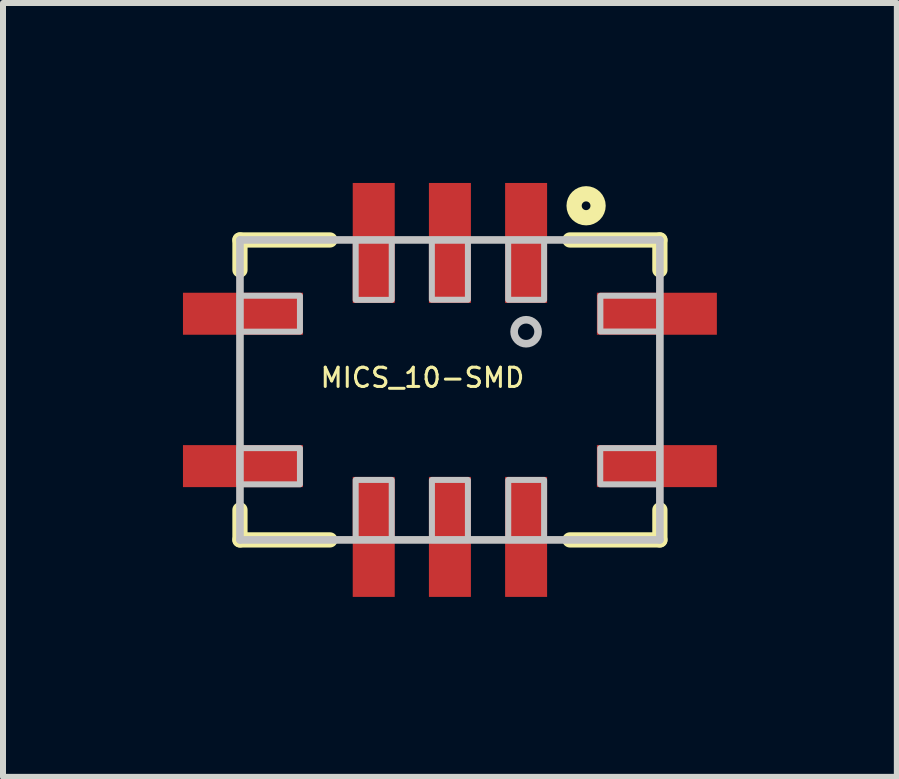
<source format=kicad_pcb>
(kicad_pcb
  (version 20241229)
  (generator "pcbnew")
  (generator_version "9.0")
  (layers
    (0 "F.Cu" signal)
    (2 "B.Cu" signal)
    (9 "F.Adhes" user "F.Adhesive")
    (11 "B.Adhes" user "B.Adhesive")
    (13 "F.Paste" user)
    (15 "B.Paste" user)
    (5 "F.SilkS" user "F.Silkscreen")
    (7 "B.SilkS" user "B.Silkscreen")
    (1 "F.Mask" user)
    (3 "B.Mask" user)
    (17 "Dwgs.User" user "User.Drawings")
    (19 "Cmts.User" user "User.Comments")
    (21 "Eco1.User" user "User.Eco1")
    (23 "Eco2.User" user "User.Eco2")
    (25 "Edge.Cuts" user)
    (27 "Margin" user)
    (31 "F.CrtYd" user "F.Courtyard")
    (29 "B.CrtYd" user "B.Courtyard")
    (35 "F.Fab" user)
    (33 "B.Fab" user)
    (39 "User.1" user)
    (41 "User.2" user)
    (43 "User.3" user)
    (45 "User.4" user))
  (footprint "MICS_10-SMD"
    (layer "F.Cu")
    (at 4.45 3.45)
    (property "Reference" "MICS_10-SMD" (at -0.458 -0.204 0) (layer "F.SilkS") (effects (font (size 0.321 0.321) (thickness 0.05))))
    (attr smd)
    (fp_line (start -3.5 -2.5) (end -3.5 -2) (stroke (width 0.254) (type solid)) (layer "F.SilkS"))
    (fp_line (start -3.5 -2.5) (end -2 -2.5) (stroke (width 0.254) (type solid)) (layer "F.SilkS"))
    (fp_line (start -3.5 2.5) (end -3.5 2) (stroke (width 0.254) (type solid)) (layer "F.SilkS"))
    (fp_line (start -3.5 2.5) (end -2 2.5) (stroke (width 0.254) (type solid)) (layer "F.SilkS"))
    (fp_line (start 3.5 -2.5) (end 2 -2.5) (stroke (width 0.254) (type solid)) (layer "F.SilkS"))
    (fp_line (start 3.5 -2.5) (end 3.5 -2) (stroke (width 0.254) (type solid)) (layer "F.SilkS"))
    (fp_line (start 3.5 2.5) (end 2 2.5) (stroke (width 0.254) (type solid)) (layer "F.SilkS"))
    (fp_line (start 3.5 2.5) (end 3.5 2) (stroke (width 0.254) (type solid)) (layer "F.SilkS"))
    (fp_circle (center 2.27 -3.07) (end 2.47 -3.07) (stroke (width 0.254) (type solid)) (fill no) (layer "F.SilkS"))
    (fp_line (start -3.5 -2.5) (end -3.5 2.5) (stroke (width 0.127) (type solid)) (layer "Dwgs.User"))
    (fp_line (start -3.5 -2.5) (end 3.5 -2.5) (stroke (width 0.127) (type solid)) (layer "Dwgs.User"))
    (fp_line (start -3.5 2.5) (end 3.5 2.5) (stroke (width 0.127) (type solid)) (layer "Dwgs.User"))
    (fp_line (start 3.5 -2.5) (end 3.5 2.5) (stroke (width 0.127) (type solid)) (layer "Dwgs.User"))
    (fp_circle (center 1.27 -0.97) (end 1.47 -0.97) (stroke (width 0.127) (type solid)) (fill no) (layer "Dwgs.User"))
    (fp_poly (pts (xy -3.509 0.97) (xy -2.5 0.97) (xy -2.5 1.574) (xy -3.509 1.574)) (stroke (width 0.1) (type solid)) (fill no) (layer "Dwgs.User"))
    (fp_poly (pts (xy -3.503 -1.57) (xy -2.5 -1.57) (xy -2.5 -0.971) (xy -3.503 -0.971)) (stroke (width 0.1) (type solid)) (fill no) (layer "Dwgs.User"))
    (fp_poly (pts (xy -1.571 1.5) (xy -0.97 1.5) (xy -0.97 2.501) (xy -1.571 2.501)) (stroke (width 0.1) (type solid)) (fill no) (layer "Dwgs.User"))
    (fp_poly (pts (xy -1.571 -2.5) (xy -0.97 -2.5) (xy -0.97 -1.501) (xy -1.571 -1.501)) (stroke (width 0.1) (type solid)) (fill no) (layer "Dwgs.User"))
    (fp_poly (pts (xy -0.301 -2.5) (xy 0.3 -2.5) (xy 0.3 -1.503) (xy -0.301 -1.503)) (stroke (width 0.1) (type solid)) (fill no) (layer "Dwgs.User"))
    (fp_poly (pts (xy -0.3 1.5) (xy 0.3 1.5) (xy 0.3 2.504) (xy -0.3 2.504)) (stroke (width 0.1) (type solid)) (fill no) (layer "Dwgs.User"))
    (fp_poly (pts (xy 0.971 -2.5) (xy 1.57 -2.5) (xy 1.57 -1.502) (xy 0.971 -1.502)) (stroke (width 0.1) (type solid)) (fill no) (layer "Dwgs.User"))
    (fp_poly (pts (xy 0.972 1.5) (xy 1.57 1.5) (xy 1.57 2.504) (xy 0.972 2.504)) (stroke (width 0.1) (type solid)) (fill no) (layer "Dwgs.User"))
    (fp_poly (pts (xy 2.506 0.97) (xy 3.5 0.97) (xy 3.5 1.574) (xy 2.506 1.574)) (stroke (width 0.1) (type solid)) (fill no) (layer "Dwgs.User"))
    (fp_poly (pts (xy 2.508 -1.57) (xy 3.5 -1.57) (xy 3.5 -0.973) (xy 2.508 -0.973)) (stroke (width 0.1) (type solid)) (fill no) (layer "Dwgs.User"))
    (pad "A" smd rect (at 1.27 -2.45) (size 0.7 2) (layers "F.Cu" "F.Mask" "F.Paste"))
    (pad "B" smd rect (at 0 -2.45) (size 0.7 2) (layers "F.Cu" "F.Mask" "F.Paste"))
    (pad "C" smd rect (at -1.27 -2.45) (size 0.7 2) (layers "F.Cu" "F.Mask" "F.Paste"))
    (pad "D" smd rect (at -3.45 -1.27 90) (size 0.7 2) (layers "F.Cu" "F.Mask" "F.Paste"))
    (pad "E" smd rect (at -3.45 1.27 90) (size 0.7 2) (layers "F.Cu" "F.Mask" "F.Paste"))
    (pad "F" smd rect (at -1.27 2.45) (size 0.7 2) (layers "F.Cu" "F.Mask" "F.Paste"))
    (pad "G" smd rect (at 0 2.45) (size 0.7 2) (layers "F.Cu" "F.Mask" "F.Paste"))
    (pad "H" smd rect (at 1.27 2.45) (size 0.7 2) (layers "F.Cu" "F.Mask" "F.Paste"))
    (pad "J" smd rect (at 3.45 1.27 90) (size 0.7 2) (layers "F.Cu" "F.Mask" "F.Paste"))
    (pad "K" smd rect (at 3.45 -1.27 90) (size 0.7 2) (layers "F.Cu" "F.Mask" "F.Paste")))
  (gr_rect
    (start -3 -3)
    (end 11.9 9.9)
    (stroke (width 0.1) (type default))
    (fill no)
    (layer "Edge.Cuts")))
</source>
